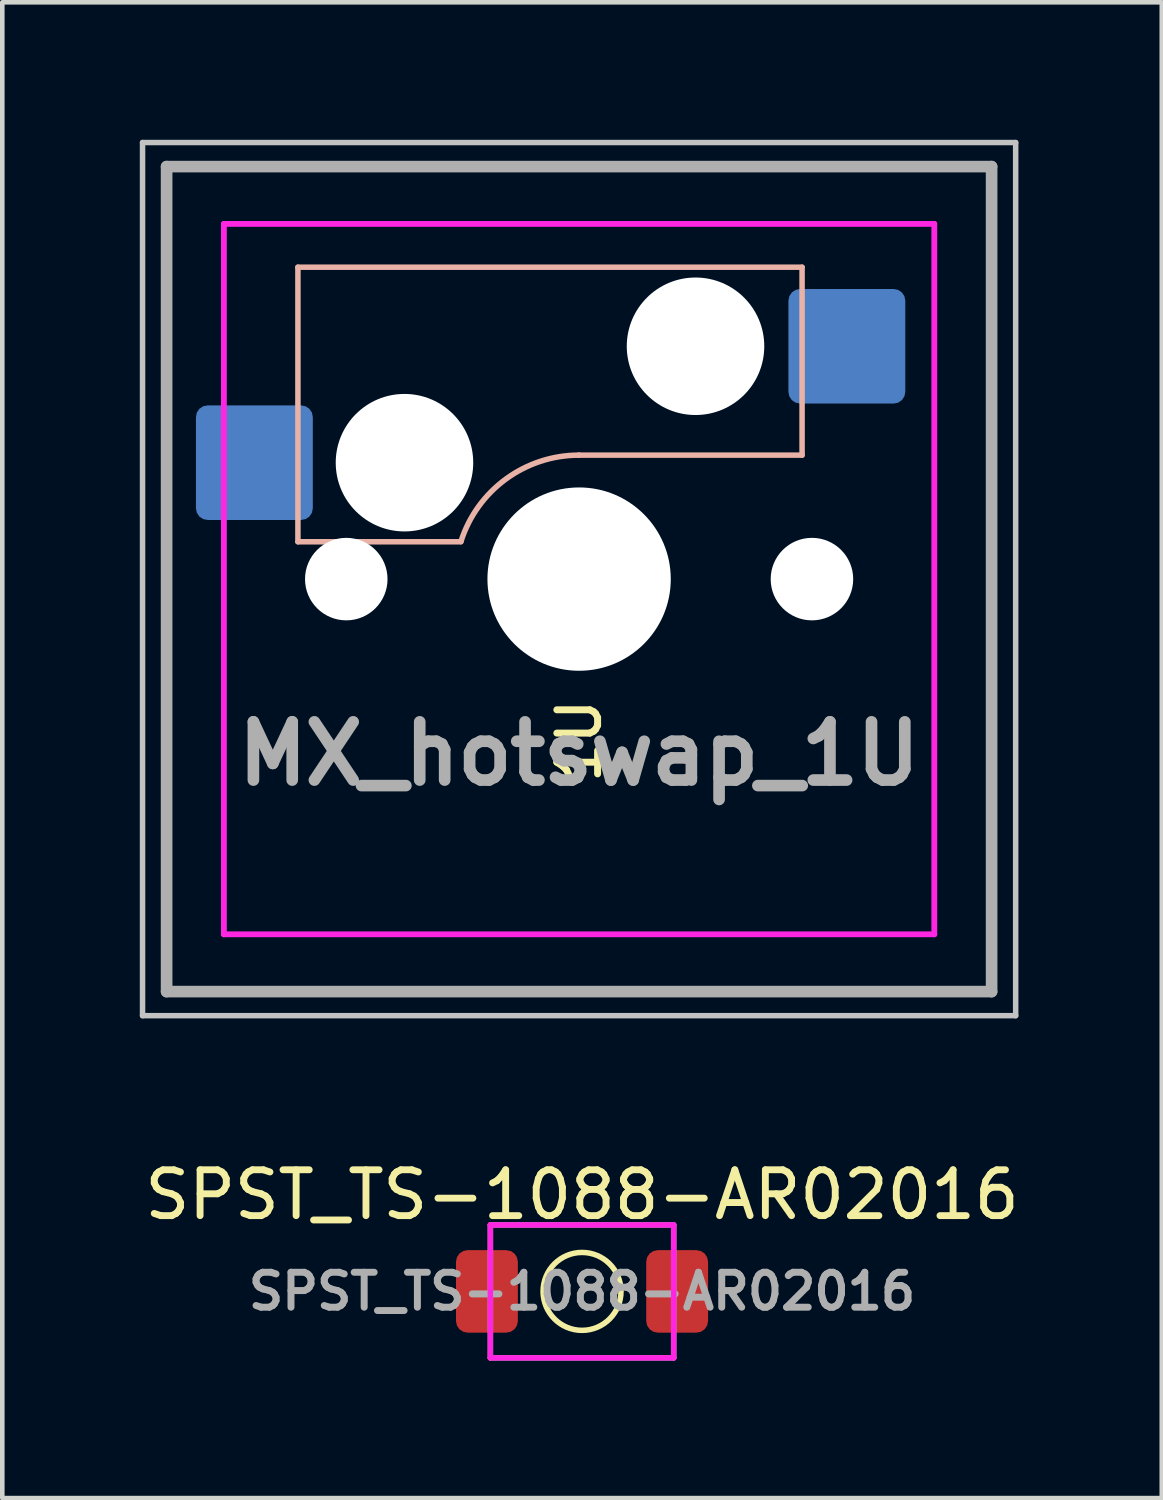
<source format=kicad_pcb>
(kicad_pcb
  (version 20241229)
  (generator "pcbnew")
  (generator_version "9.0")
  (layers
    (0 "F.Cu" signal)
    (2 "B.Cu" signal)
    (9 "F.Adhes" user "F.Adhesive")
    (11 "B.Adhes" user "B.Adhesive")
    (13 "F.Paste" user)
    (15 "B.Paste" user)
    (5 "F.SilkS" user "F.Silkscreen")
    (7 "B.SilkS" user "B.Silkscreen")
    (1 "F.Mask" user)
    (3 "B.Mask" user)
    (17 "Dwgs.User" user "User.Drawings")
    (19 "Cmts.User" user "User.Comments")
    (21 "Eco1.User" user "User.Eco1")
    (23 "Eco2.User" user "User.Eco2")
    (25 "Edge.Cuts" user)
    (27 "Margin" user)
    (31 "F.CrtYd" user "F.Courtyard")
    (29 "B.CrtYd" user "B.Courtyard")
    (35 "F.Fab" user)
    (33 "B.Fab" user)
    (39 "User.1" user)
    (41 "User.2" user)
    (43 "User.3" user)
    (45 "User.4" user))
  (footprint "MX_hotswap_1U"
    (layer "F.Cu")
    (at 9.585 9.585)
    (property "Reference" "MX_hotswap_1U" (at 0 3.81 180) (layer "F.Fab") (effects (font (size 1.27 1.27) (thickness 0.254))))
    (attr through_hole)
    (fp_line (start -6.135 -6.805) (end 4.865 -6.805) (stroke (width 0.12) (type solid)) (layer "B.SilkS"))
    (fp_line (start -6.135 -0.815) (end -6.135 -6.805) (stroke (width 0.12) (type solid)) (layer "B.SilkS"))
    (fp_line (start -2.579 -0.815) (end -6.135 -0.815) (stroke (width 0.12) (type solid)) (layer "B.SilkS"))
    (fp_line (start 0 -2.705) (end 4.865 -2.705) (stroke (width 0.12) (type solid)) (layer "B.SilkS"))
    (fp_line (start 4.865 -6.805) (end 4.865 -2.705) (stroke (width 0.12) (type solid)) (layer "B.SilkS"))
    (fp_arc (start -2.578381 -0.817911) (mid -1.597588 -2.182828) (end 0 -2.705) (stroke (width 0.12) (type solid)) (layer "B.SilkS"))
    (fp_line (start -9.525 -9.525) (end -9.525 9.525) (stroke (width 0.12) (type solid)) (layer "Dwgs.User"))
    (fp_line (start -9.525 -9.525) (end 9.525 -9.525) (stroke (width 0.12) (type solid)) (layer "Dwgs.User"))
    (fp_line (start -9.525 9.525) (end 9.525 9.525) (stroke (width 0.12) (type solid)) (layer "Dwgs.User"))
    (fp_line (start 9.525 -9.525) (end 9.525 9.525) (stroke (width 0.12) (type solid)) (layer "Dwgs.User"))
    (fp_line (start -7.75 -7.75) (end 7.75 -7.75) (stroke (width 0.127) (type solid)) (layer "F.CrtYd"))
    (fp_line (start -7.75 7.75) (end -7.75 -7.75) (stroke (width 0.127) (type solid)) (layer "F.CrtYd"))
    (fp_line (start 7.75 -7.75) (end 7.75 7.75) (stroke (width 0.127) (type solid)) (layer "F.CrtYd"))
    (fp_line (start 7.75 7.75) (end -7.75 7.75) (stroke (width 0.127) (type solid)) (layer "F.CrtYd"))
    (fp_line (start -9 -9) (end 9 -9) (stroke (width 0.254) (type solid)) (layer "F.Fab"))
    (fp_line (start -9 9) (end -9 -9) (stroke (width 0.254) (type solid)) (layer "F.Fab"))
    (fp_line (start 9 -9) (end 9 9) (stroke (width 0.254) (type solid)) (layer "F.Fab"))
    (fp_line (start 9 9) (end -9 9) (stroke (width 0.254) (type solid)) (layer "F.Fab"))
    (fp_text user "1U" (at 0 2.54 270) (layer "F.SilkS") (effects (font (size 0.889 0.889) (thickness 0.152)) (justify right)))
    (pad "" np_thru_hole circle (at -5.08 0 180) (size 1.8 1.8) (drill 1.8) (layers "*.Cu" "*.Mask"))
    (pad "" np_thru_hole circle (at -3.81 -2.54) (size 3 3) (drill 3) (layers "*.Cu" "*.Mask"))
    (pad "" np_thru_hole circle (at 0 0) (size 4 4) (drill 4) (layers "*.Cu" "*.Mask"))
    (pad "" np_thru_hole circle (at 2.54 -5.08) (size 3 3) (drill 3) (layers "*.Cu" "*.Mask"))
    (pad "" np_thru_hole circle (at 5.08 0) (size 1.8 1.8) (drill 1.8) (layers "*.Cu" "*.Mask"))
    (pad "1" smd roundrect (at -7.085 -2.54 90) (size 2.5 2.55) (layers "B.Cu" "B.Mask" "B.Paste") (roundrect_rratio 0.102))
    (pad "2" smd roundrect (at 5.842 -5.08 90) (size 2.5 2.55) (layers "B.Cu" "B.Mask" "B.Paste") (roundrect_rratio 0.102)))
  (footprint "SPST_TS-1088-AR02016"
    (layer "F.Cu")
    (at 9.649 25.126)
    (property "Reference" "SPST_TS-1088-AR02016" (at 0 -2.108 0) (layer "F.SilkS") (effects (font (size 1 1) (thickness 0.15))))
    (attr through_hole)
    (fp_circle (center 0 0) (end 0.85 0) (stroke (width 0.12) (type solid)) (fill no) (layer "F.SilkS"))
    (fp_line (start -2 -1.45) (end 2 -1.45) (stroke (width 0.12) (type solid)) (layer "F.CrtYd"))
    (fp_line (start -2 1.45) (end -2 -1.45) (stroke (width 0.12) (type solid)) (layer "F.CrtYd"))
    (fp_line (start -2 1.45) (end 2 1.45) (stroke (width 0.12) (type solid)) (layer "F.CrtYd"))
    (fp_line (start 2 -1.45) (end 2 1.45) (stroke (width 0.12) (type solid)) (layer "F.CrtYd"))
    (fp_line (start -2 -1.45) (end 2 -1.45) (stroke (width 0.12) (type solid)) (layer "F.Fab"))
    (fp_line (start -2 1.45) (end -2 -1.45) (stroke (width 0.12) (type solid)) (layer "F.Fab"))
    (fp_line (start -2 1.45) (end 2 1.45) (stroke (width 0.12) (type solid)) (layer "F.Fab"))
    (fp_line (start 2 -1.45) (end 2 1.45) (stroke (width 0.12) (type solid)) (layer "F.Fab"))
    (fp_text user "${REFERENCE}" (at 0 0 0) (layer "F.Fab") (effects (font (size 0.762 0.762) (thickness 0.152))))
    (pad "1" smd roundrect (at -2.075 0) (size 1.35 1.8) (layers "F.Cu" "F.Mask" "F.Paste") (roundrect_rratio 0.188))
    (pad "2" smd roundrect (at 2.075 0) (size 1.35 1.8) (layers "F.Cu" "F.Mask" "F.Paste") (roundrect_rratio 0.188)))
  (gr_rect
    (start -3 -3)
    (end 22.298 29.636)
    (stroke (width 0.1) (type default))
    (fill no)
    (layer "Edge.Cuts")))
</source>
